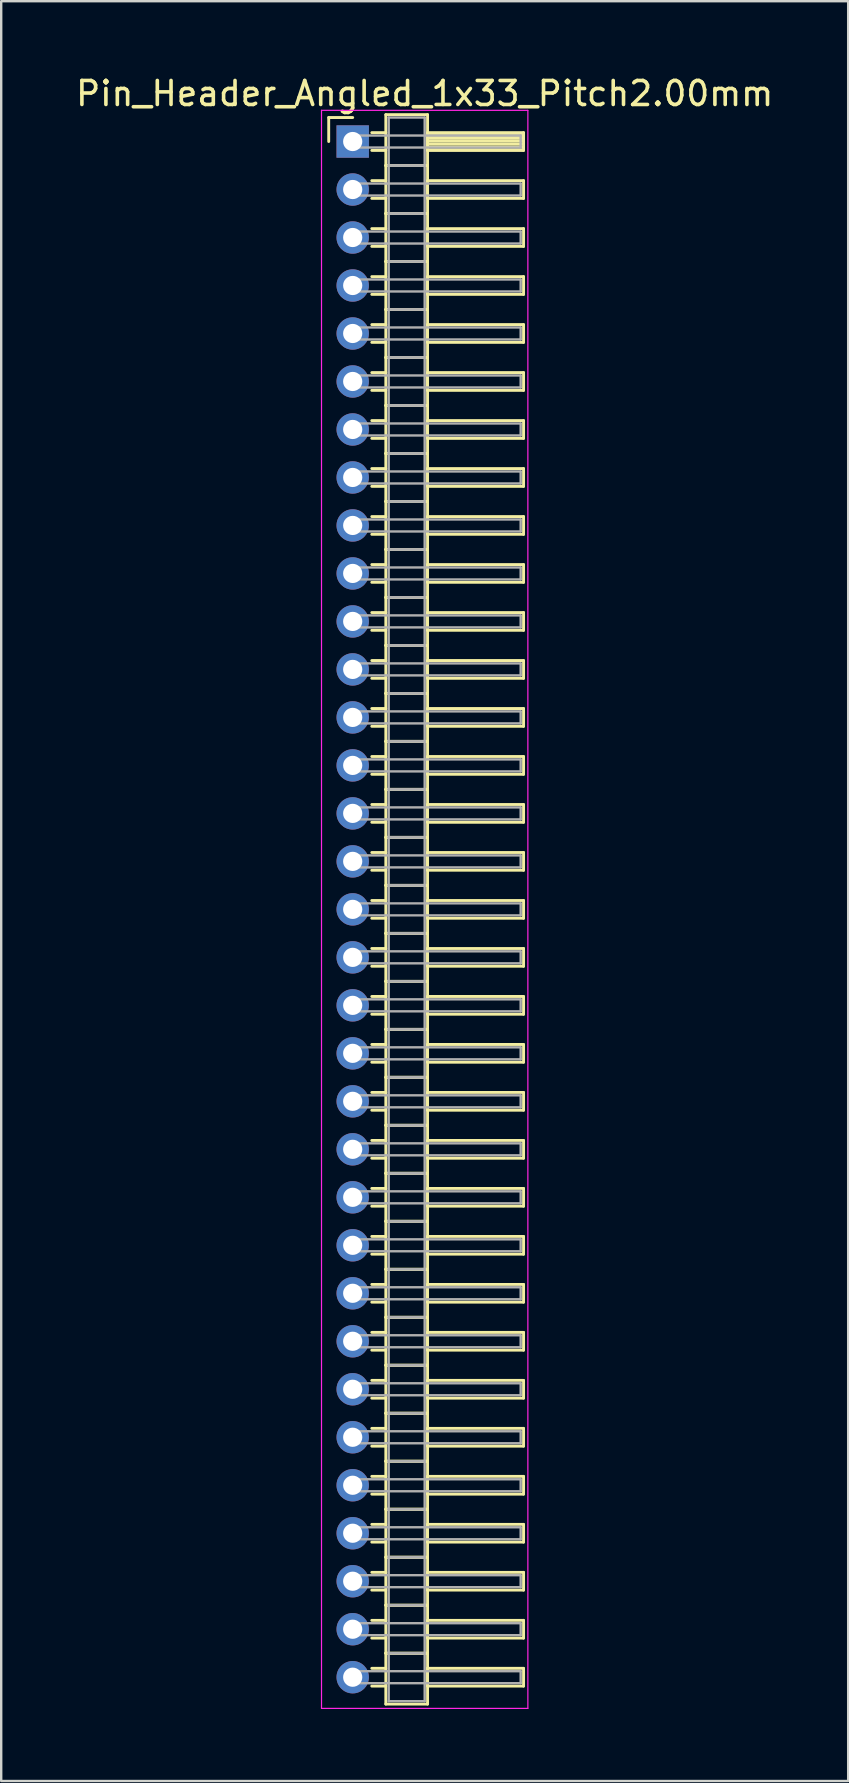
<source format=kicad_pcb>
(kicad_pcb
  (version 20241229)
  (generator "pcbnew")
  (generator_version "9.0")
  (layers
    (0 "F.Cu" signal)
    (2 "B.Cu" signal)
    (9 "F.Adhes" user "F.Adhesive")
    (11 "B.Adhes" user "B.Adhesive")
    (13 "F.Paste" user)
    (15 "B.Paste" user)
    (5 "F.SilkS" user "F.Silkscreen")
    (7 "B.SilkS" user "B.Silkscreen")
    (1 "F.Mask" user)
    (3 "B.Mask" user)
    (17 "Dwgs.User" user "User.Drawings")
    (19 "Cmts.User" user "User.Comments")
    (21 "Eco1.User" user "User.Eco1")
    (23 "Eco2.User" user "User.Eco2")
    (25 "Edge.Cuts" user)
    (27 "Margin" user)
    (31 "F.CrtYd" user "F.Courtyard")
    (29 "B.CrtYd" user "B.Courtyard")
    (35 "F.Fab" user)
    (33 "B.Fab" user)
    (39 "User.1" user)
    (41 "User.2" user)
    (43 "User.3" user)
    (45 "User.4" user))
  (footprint "Pin_Header_Angled_1x33_Pitch2.00mm"
    (layer "F.Cu")
    (at 11.649 2.848)
    (property "Reference" "Pin_Header_Angled_1x33_Pitch2.00mm" (at 3 -2 0) (layer "F.SilkS") (effects (font (size 1 1) (thickness 0.15))))
    (attr through_hole)
    (fp_line (start -1 -1) (end 0 -1) (stroke (width 0.12) (type solid)) (layer "F.SilkS"))
    (fp_line (start -1 0) (end -1 -1) (stroke (width 0.12) (type solid)) (layer "F.SilkS"))
    (fp_line (start 0.795 -0.37) (end 1.38 -0.37) (stroke (width 0.12) (type solid)) (layer "F.SilkS"))
    (fp_line (start 0.795 0.37) (end 1.38 0.37) (stroke (width 0.12) (type solid)) (layer "F.SilkS"))
    (fp_line (start 0.795 1.63) (end 1.38 1.63) (stroke (width 0.12) (type solid)) (layer "F.SilkS"))
    (fp_line (start 0.795 2.37) (end 1.38 2.37) (stroke (width 0.12) (type solid)) (layer "F.SilkS"))
    (fp_line (start 0.795 3.63) (end 1.38 3.63) (stroke (width 0.12) (type solid)) (layer "F.SilkS"))
    (fp_line (start 0.795 4.37) (end 1.38 4.37) (stroke (width 0.12) (type solid)) (layer "F.SilkS"))
    (fp_line (start 0.795 5.63) (end 1.38 5.63) (stroke (width 0.12) (type solid)) (layer "F.SilkS"))
    (fp_line (start 0.795 6.37) (end 1.38 6.37) (stroke (width 0.12) (type solid)) (layer "F.SilkS"))
    (fp_line (start 0.795 7.63) (end 1.38 7.63) (stroke (width 0.12) (type solid)) (layer "F.SilkS"))
    (fp_line (start 0.795 8.37) (end 1.38 8.37) (stroke (width 0.12) (type solid)) (layer "F.SilkS"))
    (fp_line (start 0.795 9.63) (end 1.38 9.63) (stroke (width 0.12) (type solid)) (layer "F.SilkS"))
    (fp_line (start 0.795 10.37) (end 1.38 10.37) (stroke (width 0.12) (type solid)) (layer "F.SilkS"))
    (fp_line (start 0.795 11.63) (end 1.38 11.63) (stroke (width 0.12) (type solid)) (layer "F.SilkS"))
    (fp_line (start 0.795 12.37) (end 1.38 12.37) (stroke (width 0.12) (type solid)) (layer "F.SilkS"))
    (fp_line (start 0.795 13.63) (end 1.38 13.63) (stroke (width 0.12) (type solid)) (layer "F.SilkS"))
    (fp_line (start 0.795 14.37) (end 1.38 14.37) (stroke (width 0.12) (type solid)) (layer "F.SilkS"))
    (fp_line (start 0.795 15.63) (end 1.38 15.63) (stroke (width 0.12) (type solid)) (layer "F.SilkS"))
    (fp_line (start 0.795 16.37) (end 1.38 16.37) (stroke (width 0.12) (type solid)) (layer "F.SilkS"))
    (fp_line (start 0.795 17.63) (end 1.38 17.63) (stroke (width 0.12) (type solid)) (layer "F.SilkS"))
    (fp_line (start 0.795 18.37) (end 1.38 18.37) (stroke (width 0.12) (type solid)) (layer "F.SilkS"))
    (fp_line (start 0.795 19.63) (end 1.38 19.63) (stroke (width 0.12) (type solid)) (layer "F.SilkS"))
    (fp_line (start 0.795 20.37) (end 1.38 20.37) (stroke (width 0.12) (type solid)) (layer "F.SilkS"))
    (fp_line (start 0.795 21.63) (end 1.38 21.63) (stroke (width 0.12) (type solid)) (layer "F.SilkS"))
    (fp_line (start 0.795 22.37) (end 1.38 22.37) (stroke (width 0.12) (type solid)) (layer "F.SilkS"))
    (fp_line (start 0.795 23.63) (end 1.38 23.63) (stroke (width 0.12) (type solid)) (layer "F.SilkS"))
    (fp_line (start 0.795 24.37) (end 1.38 24.37) (stroke (width 0.12) (type solid)) (layer "F.SilkS"))
    (fp_line (start 0.795 25.63) (end 1.38 25.63) (stroke (width 0.12) (type solid)) (layer "F.SilkS"))
    (fp_line (start 0.795 26.37) (end 1.38 26.37) (stroke (width 0.12) (type solid)) (layer "F.SilkS"))
    (fp_line (start 0.795 27.63) (end 1.38 27.63) (stroke (width 0.12) (type solid)) (layer "F.SilkS"))
    (fp_line (start 0.795 28.37) (end 1.38 28.37) (stroke (width 0.12) (type solid)) (layer "F.SilkS"))
    (fp_line (start 0.795 29.63) (end 1.38 29.63) (stroke (width 0.12) (type solid)) (layer "F.SilkS"))
    (fp_line (start 0.795 30.37) (end 1.38 30.37) (stroke (width 0.12) (type solid)) (layer "F.SilkS"))
    (fp_line (start 0.795 31.63) (end 1.38 31.63) (stroke (width 0.12) (type solid)) (layer "F.SilkS"))
    (fp_line (start 0.795 32.37) (end 1.38 32.37) (stroke (width 0.12) (type solid)) (layer "F.SilkS"))
    (fp_line (start 0.795 33.63) (end 1.38 33.63) (stroke (width 0.12) (type solid)) (layer "F.SilkS"))
    (fp_line (start 0.795 34.37) (end 1.38 34.37) (stroke (width 0.12) (type solid)) (layer "F.SilkS"))
    (fp_line (start 0.795 35.63) (end 1.38 35.63) (stroke (width 0.12) (type solid)) (layer "F.SilkS"))
    (fp_line (start 0.795 36.37) (end 1.38 36.37) (stroke (width 0.12) (type solid)) (layer "F.SilkS"))
    (fp_line (start 0.795 37.63) (end 1.38 37.63) (stroke (width 0.12) (type solid)) (layer "F.SilkS"))
    (fp_line (start 0.795 38.37) (end 1.38 38.37) (stroke (width 0.12) (type solid)) (layer "F.SilkS"))
    (fp_line (start 0.795 39.63) (end 1.38 39.63) (stroke (width 0.12) (type solid)) (layer "F.SilkS"))
    (fp_line (start 0.795 40.37) (end 1.38 40.37) (stroke (width 0.12) (type solid)) (layer "F.SilkS"))
    (fp_line (start 0.795 41.63) (end 1.38 41.63) (stroke (width 0.12) (type solid)) (layer "F.SilkS"))
    (fp_line (start 0.795 42.37) (end 1.38 42.37) (stroke (width 0.12) (type solid)) (layer "F.SilkS"))
    (fp_line (start 0.795 43.63) (end 1.38 43.63) (stroke (width 0.12) (type solid)) (layer "F.SilkS"))
    (fp_line (start 0.795 44.37) (end 1.38 44.37) (stroke (width 0.12) (type solid)) (layer "F.SilkS"))
    (fp_line (start 0.795 45.63) (end 1.38 45.63) (stroke (width 0.12) (type solid)) (layer "F.SilkS"))
    (fp_line (start 0.795 46.37) (end 1.38 46.37) (stroke (width 0.12) (type solid)) (layer "F.SilkS"))
    (fp_line (start 0.795 47.63) (end 1.38 47.63) (stroke (width 0.12) (type solid)) (layer "F.SilkS"))
    (fp_line (start 0.795 48.37) (end 1.38 48.37) (stroke (width 0.12) (type solid)) (layer "F.SilkS"))
    (fp_line (start 0.795 49.63) (end 1.38 49.63) (stroke (width 0.12) (type solid)) (layer "F.SilkS"))
    (fp_line (start 0.795 50.37) (end 1.38 50.37) (stroke (width 0.12) (type solid)) (layer "F.SilkS"))
    (fp_line (start 0.795 51.63) (end 1.38 51.63) (stroke (width 0.12) (type solid)) (layer "F.SilkS"))
    (fp_line (start 0.795 52.37) (end 1.38 52.37) (stroke (width 0.12) (type solid)) (layer "F.SilkS"))
    (fp_line (start 0.795 53.63) (end 1.38 53.63) (stroke (width 0.12) (type solid)) (layer "F.SilkS"))
    (fp_line (start 0.795 54.37) (end 1.38 54.37) (stroke (width 0.12) (type solid)) (layer "F.SilkS"))
    (fp_line (start 0.795 55.63) (end 1.38 55.63) (stroke (width 0.12) (type solid)) (layer "F.SilkS"))
    (fp_line (start 0.795 56.37) (end 1.38 56.37) (stroke (width 0.12) (type solid)) (layer "F.SilkS"))
    (fp_line (start 0.795 57.63) (end 1.38 57.63) (stroke (width 0.12) (type solid)) (layer "F.SilkS"))
    (fp_line (start 0.795 58.37) (end 1.38 58.37) (stroke (width 0.12) (type solid)) (layer "F.SilkS"))
    (fp_line (start 0.795 59.63) (end 1.38 59.63) (stroke (width 0.12) (type solid)) (layer "F.SilkS"))
    (fp_line (start 0.795 60.37) (end 1.38 60.37) (stroke (width 0.12) (type solid)) (layer "F.SilkS"))
    (fp_line (start 0.795 61.63) (end 1.38 61.63) (stroke (width 0.12) (type solid)) (layer "F.SilkS"))
    (fp_line (start 0.795 62.37) (end 1.38 62.37) (stroke (width 0.12) (type solid)) (layer "F.SilkS"))
    (fp_line (start 0.795 63.63) (end 1.38 63.63) (stroke (width 0.12) (type solid)) (layer "F.SilkS"))
    (fp_line (start 0.795 64.37) (end 1.38 64.37) (stroke (width 0.12) (type solid)) (layer "F.SilkS"))
    (fp_line (start 1.38 -1.12) (end 1.38 1) (stroke (width 0.12) (type solid)) (layer "F.SilkS"))
    (fp_line (start 1.38 1) (end 1.38 3) (stroke (width 0.12) (type solid)) (layer "F.SilkS"))
    (fp_line (start 1.38 1) (end 3.12 1) (stroke (width 0.12) (type solid)) (layer "F.SilkS"))
    (fp_line (start 1.38 3) (end 1.38 5) (stroke (width 0.12) (type solid)) (layer "F.SilkS"))
    (fp_line (start 1.38 3) (end 3.12 3) (stroke (width 0.12) (type solid)) (layer "F.SilkS"))
    (fp_line (start 1.38 5) (end 1.38 7) (stroke (width 0.12) (type solid)) (layer "F.SilkS"))
    (fp_line (start 1.38 5) (end 3.12 5) (stroke (width 0.12) (type solid)) (layer "F.SilkS"))
    (fp_line (start 1.38 7) (end 1.38 9) (stroke (width 0.12) (type solid)) (layer "F.SilkS"))
    (fp_line (start 1.38 7) (end 3.12 7) (stroke (width 0.12) (type solid)) (layer "F.SilkS"))
    (fp_line (start 1.38 9) (end 1.38 11) (stroke (width 0.12) (type solid)) (layer "F.SilkS"))
    (fp_line (start 1.38 9) (end 3.12 9) (stroke (width 0.12) (type solid)) (layer "F.SilkS"))
    (fp_line (start 1.38 11) (end 1.38 13) (stroke (width 0.12) (type solid)) (layer "F.SilkS"))
    (fp_line (start 1.38 11) (end 3.12 11) (stroke (width 0.12) (type solid)) (layer "F.SilkS"))
    (fp_line (start 1.38 13) (end 1.38 15) (stroke (width 0.12) (type solid)) (layer "F.SilkS"))
    (fp_line (start 1.38 13) (end 3.12 13) (stroke (width 0.12) (type solid)) (layer "F.SilkS"))
    (fp_line (start 1.38 15) (end 1.38 17) (stroke (width 0.12) (type solid)) (layer "F.SilkS"))
    (fp_line (start 1.38 15) (end 3.12 15) (stroke (width 0.12) (type solid)) (layer "F.SilkS"))
    (fp_line (start 1.38 17) (end 1.38 19) (stroke (width 0.12) (type solid)) (layer "F.SilkS"))
    (fp_line (start 1.38 17) (end 3.12 17) (stroke (width 0.12) (type solid)) (layer "F.SilkS"))
    (fp_line (start 1.38 19) (end 1.38 21) (stroke (width 0.12) (type solid)) (layer "F.SilkS"))
    (fp_line (start 1.38 19) (end 3.12 19) (stroke (width 0.12) (type solid)) (layer "F.SilkS"))
    (fp_line (start 1.38 21) (end 1.38 23) (stroke (width 0.12) (type solid)) (layer "F.SilkS"))
    (fp_line (start 1.38 21) (end 3.12 21) (stroke (width 0.12) (type solid)) (layer "F.SilkS"))
    (fp_line (start 1.38 23) (end 1.38 25) (stroke (width 0.12) (type solid)) (layer "F.SilkS"))
    (fp_line (start 1.38 23) (end 3.12 23) (stroke (width 0.12) (type solid)) (layer "F.SilkS"))
    (fp_line (start 1.38 25) (end 1.38 27) (stroke (width 0.12) (type solid)) (layer "F.SilkS"))
    (fp_line (start 1.38 25) (end 3.12 25) (stroke (width 0.12) (type solid)) (layer "F.SilkS"))
    (fp_line (start 1.38 27) (end 1.38 29) (stroke (width 0.12) (type solid)) (layer "F.SilkS"))
    (fp_line (start 1.38 27) (end 3.12 27) (stroke (width 0.12) (type solid)) (layer "F.SilkS"))
    (fp_line (start 1.38 29) (end 1.38 31) (stroke (width 0.12) (type solid)) (layer "F.SilkS"))
    (fp_line (start 1.38 29) (end 3.12 29) (stroke (width 0.12) (type solid)) (layer "F.SilkS"))
    (fp_line (start 1.38 31) (end 1.38 33) (stroke (width 0.12) (type solid)) (layer "F.SilkS"))
    (fp_line (start 1.38 31) (end 3.12 31) (stroke (width 0.12) (type solid)) (layer "F.SilkS"))
    (fp_line (start 1.38 33) (end 1.38 35) (stroke (width 0.12) (type solid)) (layer "F.SilkS"))
    (fp_line (start 1.38 33) (end 3.12 33) (stroke (width 0.12) (type solid)) (layer "F.SilkS"))
    (fp_line (start 1.38 35) (end 1.38 37) (stroke (width 0.12) (type solid)) (layer "F.SilkS"))
    (fp_line (start 1.38 35) (end 3.12 35) (stroke (width 0.12) (type solid)) (layer "F.SilkS"))
    (fp_line (start 1.38 37) (end 1.38 39) (stroke (width 0.12) (type solid)) (layer "F.SilkS"))
    (fp_line (start 1.38 37) (end 3.12 37) (stroke (width 0.12) (type solid)) (layer "F.SilkS"))
    (fp_line (start 1.38 39) (end 1.38 41) (stroke (width 0.12) (type solid)) (layer "F.SilkS"))
    (fp_line (start 1.38 39) (end 3.12 39) (stroke (width 0.12) (type solid)) (layer "F.SilkS"))
    (fp_line (start 1.38 41) (end 1.38 43) (stroke (width 0.12) (type solid)) (layer "F.SilkS"))
    (fp_line (start 1.38 41) (end 3.12 41) (stroke (width 0.12) (type solid)) (layer "F.SilkS"))
    (fp_line (start 1.38 43) (end 1.38 45) (stroke (width 0.12) (type solid)) (layer "F.SilkS"))
    (fp_line (start 1.38 43) (end 3.12 43) (stroke (width 0.12) (type solid)) (layer "F.SilkS"))
    (fp_line (start 1.38 45) (end 1.38 47) (stroke (width 0.12) (type solid)) (layer "F.SilkS"))
    (fp_line (start 1.38 45) (end 3.12 45) (stroke (width 0.12) (type solid)) (layer "F.SilkS"))
    (fp_line (start 1.38 47) (end 1.38 49) (stroke (width 0.12) (type solid)) (layer "F.SilkS"))
    (fp_line (start 1.38 47) (end 3.12 47) (stroke (width 0.12) (type solid)) (layer "F.SilkS"))
    (fp_line (start 1.38 49) (end 1.38 51) (stroke (width 0.12) (type solid)) (layer "F.SilkS"))
    (fp_line (start 1.38 49) (end 3.12 49) (stroke (width 0.12) (type solid)) (layer "F.SilkS"))
    (fp_line (start 1.38 51) (end 1.38 53) (stroke (width 0.12) (type solid)) (layer "F.SilkS"))
    (fp_line (start 1.38 51) (end 3.12 51) (stroke (width 0.12) (type solid)) (layer "F.SilkS"))
    (fp_line (start 1.38 53) (end 1.38 55) (stroke (width 0.12) (type solid)) (layer "F.SilkS"))
    (fp_line (start 1.38 53) (end 3.12 53) (stroke (width 0.12) (type solid)) (layer "F.SilkS"))
    (fp_line (start 1.38 55) (end 1.38 57) (stroke (width 0.12) (type solid)) (layer "F.SilkS"))
    (fp_line (start 1.38 55) (end 3.12 55) (stroke (width 0.12) (type solid)) (layer "F.SilkS"))
    (fp_line (start 1.38 57) (end 1.38 59) (stroke (width 0.12) (type solid)) (layer "F.SilkS"))
    (fp_line (start 1.38 57) (end 3.12 57) (stroke (width 0.12) (type solid)) (layer "F.SilkS"))
    (fp_line (start 1.38 59) (end 1.38 61) (stroke (width 0.12) (type solid)) (layer "F.SilkS"))
    (fp_line (start 1.38 59) (end 3.12 59) (stroke (width 0.12) (type solid)) (layer "F.SilkS"))
    (fp_line (start 1.38 61) (end 1.38 63) (stroke (width 0.12) (type solid)) (layer "F.SilkS"))
    (fp_line (start 1.38 61) (end 3.12 61) (stroke (width 0.12) (type solid)) (layer "F.SilkS"))
    (fp_line (start 1.38 63) (end 1.38 65.12) (stroke (width 0.12) (type solid)) (layer "F.SilkS"))
    (fp_line (start 1.38 63) (end 3.12 63) (stroke (width 0.12) (type solid)) (layer "F.SilkS"))
    (fp_line (start 1.38 65.12) (end 3.12 65.12) (stroke (width 0.12) (type solid)) (layer "F.SilkS"))
    (fp_line (start 3.12 -1.12) (end 1.38 -1.12) (stroke (width 0.12) (type solid)) (layer "F.SilkS"))
    (fp_line (start 3.12 -0.37) (end 3.12 0.37) (stroke (width 0.12) (type solid)) (layer "F.SilkS"))
    (fp_line (start 3.12 -0.25) (end 7.12 -0.25) (stroke (width 0.12) (type solid)) (layer "F.SilkS"))
    (fp_line (start 3.12 -0.13) (end 7.12 -0.13) (stroke (width 0.12) (type solid)) (layer "F.SilkS"))
    (fp_line (start 3.12 -0.01) (end 7.12 -0.01) (stroke (width 0.12) (type solid)) (layer "F.SilkS"))
    (fp_line (start 3.12 0.11) (end 7.12 0.11) (stroke (width 0.12) (type solid)) (layer "F.SilkS"))
    (fp_line (start 3.12 0.23) (end 7.12 0.23) (stroke (width 0.12) (type solid)) (layer "F.SilkS"))
    (fp_line (start 3.12 0.35) (end 7.12 0.35) (stroke (width 0.12) (type solid)) (layer "F.SilkS"))
    (fp_line (start 3.12 0.37) (end 7.12 0.37) (stroke (width 0.12) (type solid)) (layer "F.SilkS"))
    (fp_line (start 3.12 1) (end 1.38 1) (stroke (width 0.12) (type solid)) (layer "F.SilkS"))
    (fp_line (start 3.12 1) (end 3.12 -1.12) (stroke (width 0.12) (type solid)) (layer "F.SilkS"))
    (fp_line (start 3.12 1.63) (end 3.12 2.37) (stroke (width 0.12) (type solid)) (layer "F.SilkS"))
    (fp_line (start 3.12 2.37) (end 7.12 2.37) (stroke (width 0.12) (type solid)) (layer "F.SilkS"))
    (fp_line (start 3.12 3) (end 1.38 3) (stroke (width 0.12) (type solid)) (layer "F.SilkS"))
    (fp_line (start 3.12 3) (end 3.12 1) (stroke (width 0.12) (type solid)) (layer "F.SilkS"))
    (fp_line (start 3.12 3.63) (end 3.12 4.37) (stroke (width 0.12) (type solid)) (layer "F.SilkS"))
    (fp_line (start 3.12 4.37) (end 7.12 4.37) (stroke (width 0.12) (type solid)) (layer "F.SilkS"))
    (fp_line (start 3.12 5) (end 1.38 5) (stroke (width 0.12) (type solid)) (layer "F.SilkS"))
    (fp_line (start 3.12 5) (end 3.12 3) (stroke (width 0.12) (type solid)) (layer "F.SilkS"))
    (fp_line (start 3.12 5.63) (end 3.12 6.37) (stroke (width 0.12) (type solid)) (layer "F.SilkS"))
    (fp_line (start 3.12 6.37) (end 7.12 6.37) (stroke (width 0.12) (type solid)) (layer "F.SilkS"))
    (fp_line (start 3.12 7) (end 1.38 7) (stroke (width 0.12) (type solid)) (layer "F.SilkS"))
    (fp_line (start 3.12 7) (end 3.12 5) (stroke (width 0.12) (type solid)) (layer "F.SilkS"))
    (fp_line (start 3.12 7.63) (end 3.12 8.37) (stroke (width 0.12) (type solid)) (layer "F.SilkS"))
    (fp_line (start 3.12 8.37) (end 7.12 8.37) (stroke (width 0.12) (type solid)) (layer "F.SilkS"))
    (fp_line (start 3.12 9) (end 1.38 9) (stroke (width 0.12) (type solid)) (layer "F.SilkS"))
    (fp_line (start 3.12 9) (end 3.12 7) (stroke (width 0.12) (type solid)) (layer "F.SilkS"))
    (fp_line (start 3.12 9.63) (end 3.12 10.37) (stroke (width 0.12) (type solid)) (layer "F.SilkS"))
    (fp_line (start 3.12 10.37) (end 7.12 10.37) (stroke (width 0.12) (type solid)) (layer "F.SilkS"))
    (fp_line (start 3.12 11) (end 1.38 11) (stroke (width 0.12) (type solid)) (layer "F.SilkS"))
    (fp_line (start 3.12 11) (end 3.12 9) (stroke (width 0.12) (type solid)) (layer "F.SilkS"))
    (fp_line (start 3.12 11.63) (end 3.12 12.37) (stroke (width 0.12) (type solid)) (layer "F.SilkS"))
    (fp_line (start 3.12 12.37) (end 7.12 12.37) (stroke (width 0.12) (type solid)) (layer "F.SilkS"))
    (fp_line (start 3.12 13) (end 1.38 13) (stroke (width 0.12) (type solid)) (layer "F.SilkS"))
    (fp_line (start 3.12 13) (end 3.12 11) (stroke (width 0.12) (type solid)) (layer "F.SilkS"))
    (fp_line (start 3.12 13.63) (end 3.12 14.37) (stroke (width 0.12) (type solid)) (layer "F.SilkS"))
    (fp_line (start 3.12 14.37) (end 7.12 14.37) (stroke (width 0.12) (type solid)) (layer "F.SilkS"))
    (fp_line (start 3.12 15) (end 1.38 15) (stroke (width 0.12) (type solid)) (layer "F.SilkS"))
    (fp_line (start 3.12 15) (end 3.12 13) (stroke (width 0.12) (type solid)) (layer "F.SilkS"))
    (fp_line (start 3.12 15.63) (end 3.12 16.37) (stroke (width 0.12) (type solid)) (layer "F.SilkS"))
    (fp_line (start 3.12 16.37) (end 7.12 16.37) (stroke (width 0.12) (type solid)) (layer "F.SilkS"))
    (fp_line (start 3.12 17) (end 1.38 17) (stroke (width 0.12) (type solid)) (layer "F.SilkS"))
    (fp_line (start 3.12 17) (end 3.12 15) (stroke (width 0.12) (type solid)) (layer "F.SilkS"))
    (fp_line (start 3.12 17.63) (end 3.12 18.37) (stroke (width 0.12) (type solid)) (layer "F.SilkS"))
    (fp_line (start 3.12 18.37) (end 7.12 18.37) (stroke (width 0.12) (type solid)) (layer "F.SilkS"))
    (fp_line (start 3.12 19) (end 1.38 19) (stroke (width 0.12) (type solid)) (layer "F.SilkS"))
    (fp_line (start 3.12 19) (end 3.12 17) (stroke (width 0.12) (type solid)) (layer "F.SilkS"))
    (fp_line (start 3.12 19.63) (end 3.12 20.37) (stroke (width 0.12) (type solid)) (layer "F.SilkS"))
    (fp_line (start 3.12 20.37) (end 7.12 20.37) (stroke (width 0.12) (type solid)) (layer "F.SilkS"))
    (fp_line (start 3.12 21) (end 1.38 21) (stroke (width 0.12) (type solid)) (layer "F.SilkS"))
    (fp_line (start 3.12 21) (end 3.12 19) (stroke (width 0.12) (type solid)) (layer "F.SilkS"))
    (fp_line (start 3.12 21.63) (end 3.12 22.37) (stroke (width 0.12) (type solid)) (layer "F.SilkS"))
    (fp_line (start 3.12 22.37) (end 7.12 22.37) (stroke (width 0.12) (type solid)) (layer "F.SilkS"))
    (fp_line (start 3.12 23) (end 1.38 23) (stroke (width 0.12) (type solid)) (layer "F.SilkS"))
    (fp_line (start 3.12 23) (end 3.12 21) (stroke (width 0.12) (type solid)) (layer "F.SilkS"))
    (fp_line (start 3.12 23.63) (end 3.12 24.37) (stroke (width 0.12) (type solid)) (layer "F.SilkS"))
    (fp_line (start 3.12 24.37) (end 7.12 24.37) (stroke (width 0.12) (type solid)) (layer "F.SilkS"))
    (fp_line (start 3.12 25) (end 1.38 25) (stroke (width 0.12) (type solid)) (layer "F.SilkS"))
    (fp_line (start 3.12 25) (end 3.12 23) (stroke (width 0.12) (type solid)) (layer "F.SilkS"))
    (fp_line (start 3.12 25.63) (end 3.12 26.37) (stroke (width 0.12) (type solid)) (layer "F.SilkS"))
    (fp_line (start 3.12 26.37) (end 7.12 26.37) (stroke (width 0.12) (type solid)) (layer "F.SilkS"))
    (fp_line (start 3.12 27) (end 1.38 27) (stroke (width 0.12) (type solid)) (layer "F.SilkS"))
    (fp_line (start 3.12 27) (end 3.12 25) (stroke (width 0.12) (type solid)) (layer "F.SilkS"))
    (fp_line (start 3.12 27.63) (end 3.12 28.37) (stroke (width 0.12) (type solid)) (layer "F.SilkS"))
    (fp_line (start 3.12 28.37) (end 7.12 28.37) (stroke (width 0.12) (type solid)) (layer "F.SilkS"))
    (fp_line (start 3.12 29) (end 1.38 29) (stroke (width 0.12) (type solid)) (layer "F.SilkS"))
    (fp_line (start 3.12 29) (end 3.12 27) (stroke (width 0.12) (type solid)) (layer "F.SilkS"))
    (fp_line (start 3.12 29.63) (end 3.12 30.37) (stroke (width 0.12) (type solid)) (layer "F.SilkS"))
    (fp_line (start 3.12 30.37) (end 7.12 30.37) (stroke (width 0.12) (type solid)) (layer "F.SilkS"))
    (fp_line (start 3.12 31) (end 1.38 31) (stroke (width 0.12) (type solid)) (layer "F.SilkS"))
    (fp_line (start 3.12 31) (end 3.12 29) (stroke (width 0.12) (type solid)) (layer "F.SilkS"))
    (fp_line (start 3.12 31.63) (end 3.12 32.37) (stroke (width 0.12) (type solid)) (layer "F.SilkS"))
    (fp_line (start 3.12 32.37) (end 7.12 32.37) (stroke (width 0.12) (type solid)) (layer "F.SilkS"))
    (fp_line (start 3.12 33) (end 1.38 33) (stroke (width 0.12) (type solid)) (layer "F.SilkS"))
    (fp_line (start 3.12 33) (end 3.12 31) (stroke (width 0.12) (type solid)) (layer "F.SilkS"))
    (fp_line (start 3.12 33.63) (end 3.12 34.37) (stroke (width 0.12) (type solid)) (layer "F.SilkS"))
    (fp_line (start 3.12 34.37) (end 7.12 34.37) (stroke (width 0.12) (type solid)) (layer "F.SilkS"))
    (fp_line (start 3.12 35) (end 1.38 35) (stroke (width 0.12) (type solid)) (layer "F.SilkS"))
    (fp_line (start 3.12 35) (end 3.12 33) (stroke (width 0.12) (type solid)) (layer "F.SilkS"))
    (fp_line (start 3.12 35.63) (end 3.12 36.37) (stroke (width 0.12) (type solid)) (layer "F.SilkS"))
    (fp_line (start 3.12 36.37) (end 7.12 36.37) (stroke (width 0.12) (type solid)) (layer "F.SilkS"))
    (fp_line (start 3.12 37) (end 1.38 37) (stroke (width 0.12) (type solid)) (layer "F.SilkS"))
    (fp_line (start 3.12 37) (end 3.12 35) (stroke (width 0.12) (type solid)) (layer "F.SilkS"))
    (fp_line (start 3.12 37.63) (end 3.12 38.37) (stroke (width 0.12) (type solid)) (layer "F.SilkS"))
    (fp_line (start 3.12 38.37) (end 7.12 38.37) (stroke (width 0.12) (type solid)) (layer "F.SilkS"))
    (fp_line (start 3.12 39) (end 1.38 39) (stroke (width 0.12) (type solid)) (layer "F.SilkS"))
    (fp_line (start 3.12 39) (end 3.12 37) (stroke (width 0.12) (type solid)) (layer "F.SilkS"))
    (fp_line (start 3.12 39.63) (end 3.12 40.37) (stroke (width 0.12) (type solid)) (layer "F.SilkS"))
    (fp_line (start 3.12 40.37) (end 7.12 40.37) (stroke (width 0.12) (type solid)) (layer "F.SilkS"))
    (fp_line (start 3.12 41) (end 1.38 41) (stroke (width 0.12) (type solid)) (layer "F.SilkS"))
    (fp_line (start 3.12 41) (end 3.12 39) (stroke (width 0.12) (type solid)) (layer "F.SilkS"))
    (fp_line (start 3.12 41.63) (end 3.12 42.37) (stroke (width 0.12) (type solid)) (layer "F.SilkS"))
    (fp_line (start 3.12 42.37) (end 7.12 42.37) (stroke (width 0.12) (type solid)) (layer "F.SilkS"))
    (fp_line (start 3.12 43) (end 1.38 43) (stroke (width 0.12) (type solid)) (layer "F.SilkS"))
    (fp_line (start 3.12 43) (end 3.12 41) (stroke (width 0.12) (type solid)) (layer "F.SilkS"))
    (fp_line (start 3.12 43.63) (end 3.12 44.37) (stroke (width 0.12) (type solid)) (layer "F.SilkS"))
    (fp_line (start 3.12 44.37) (end 7.12 44.37) (stroke (width 0.12) (type solid)) (layer "F.SilkS"))
    (fp_line (start 3.12 45) (end 1.38 45) (stroke (width 0.12) (type solid)) (layer "F.SilkS"))
    (fp_line (start 3.12 45) (end 3.12 43) (stroke (width 0.12) (type solid)) (layer "F.SilkS"))
    (fp_line (start 3.12 45.63) (end 3.12 46.37) (stroke (width 0.12) (type solid)) (layer "F.SilkS"))
    (fp_line (start 3.12 46.37) (end 7.12 46.37) (stroke (width 0.12) (type solid)) (layer "F.SilkS"))
    (fp_line (start 3.12 47) (end 1.38 47) (stroke (width 0.12) (type solid)) (layer "F.SilkS"))
    (fp_line (start 3.12 47) (end 3.12 45) (stroke (width 0.12) (type solid)) (layer "F.SilkS"))
    (fp_line (start 3.12 47.63) (end 3.12 48.37) (stroke (width 0.12) (type solid)) (layer "F.SilkS"))
    (fp_line (start 3.12 48.37) (end 7.12 48.37) (stroke (width 0.12) (type solid)) (layer "F.SilkS"))
    (fp_line (start 3.12 49) (end 1.38 49) (stroke (width 0.12) (type solid)) (layer "F.SilkS"))
    (fp_line (start 3.12 49) (end 3.12 47) (stroke (width 0.12) (type solid)) (layer "F.SilkS"))
    (fp_line (start 3.12 49.63) (end 3.12 50.37) (stroke (width 0.12) (type solid)) (layer "F.SilkS"))
    (fp_line (start 3.12 50.37) (end 7.12 50.37) (stroke (width 0.12) (type solid)) (layer "F.SilkS"))
    (fp_line (start 3.12 51) (end 1.38 51) (stroke (width 0.12) (type solid)) (layer "F.SilkS"))
    (fp_line (start 3.12 51) (end 3.12 49) (stroke (width 0.12) (type solid)) (layer "F.SilkS"))
    (fp_line (start 3.12 51.63) (end 3.12 52.37) (stroke (width 0.12) (type solid)) (layer "F.SilkS"))
    (fp_line (start 3.12 52.37) (end 7.12 52.37) (stroke (width 0.12) (type solid)) (layer "F.SilkS"))
    (fp_line (start 3.12 53) (end 1.38 53) (stroke (width 0.12) (type solid)) (layer "F.SilkS"))
    (fp_line (start 3.12 53) (end 3.12 51) (stroke (width 0.12) (type solid)) (layer "F.SilkS"))
    (fp_line (start 3.12 53.63) (end 3.12 54.37) (stroke (width 0.12) (type solid)) (layer "F.SilkS"))
    (fp_line (start 3.12 54.37) (end 7.12 54.37) (stroke (width 0.12) (type solid)) (layer "F.SilkS"))
    (fp_line (start 3.12 55) (end 1.38 55) (stroke (width 0.12) (type solid)) (layer "F.SilkS"))
    (fp_line (start 3.12 55) (end 3.12 53) (stroke (width 0.12) (type solid)) (layer "F.SilkS"))
    (fp_line (start 3.12 55.63) (end 3.12 56.37) (stroke (width 0.12) (type solid)) (layer "F.SilkS"))
    (fp_line (start 3.12 56.37) (end 7.12 56.37) (stroke (width 0.12) (type solid)) (layer "F.SilkS"))
    (fp_line (start 3.12 57) (end 1.38 57) (stroke (width 0.12) (type solid)) (layer "F.SilkS"))
    (fp_line (start 3.12 57) (end 3.12 55) (stroke (width 0.12) (type solid)) (layer "F.SilkS"))
    (fp_line (start 3.12 57.63) (end 3.12 58.37) (stroke (width 0.12) (type solid)) (layer "F.SilkS"))
    (fp_line (start 3.12 58.37) (end 7.12 58.37) (stroke (width 0.12) (type solid)) (layer "F.SilkS"))
    (fp_line (start 3.12 59) (end 1.38 59) (stroke (width 0.12) (type solid)) (layer "F.SilkS"))
    (fp_line (start 3.12 59) (end 3.12 57) (stroke (width 0.12) (type solid)) (layer "F.SilkS"))
    (fp_line (start 3.12 59.63) (end 3.12 60.37) (stroke (width 0.12) (type solid)) (layer "F.SilkS"))
    (fp_line (start 3.12 60.37) (end 7.12 60.37) (stroke (width 0.12) (type solid)) (layer "F.SilkS"))
    (fp_line (start 3.12 61) (end 1.38 61) (stroke (width 0.12) (type solid)) (layer "F.SilkS"))
    (fp_line (start 3.12 61) (end 3.12 59) (stroke (width 0.12) (type solid)) (layer "F.SilkS"))
    (fp_line (start 3.12 61.63) (end 3.12 62.37) (stroke (width 0.12) (type solid)) (layer "F.SilkS"))
    (fp_line (start 3.12 62.37) (end 7.12 62.37) (stroke (width 0.12) (type solid)) (layer "F.SilkS"))
    (fp_line (start 3.12 63) (end 1.38 63) (stroke (width 0.12) (type solid)) (layer "F.SilkS"))
    (fp_line (start 3.12 63) (end 3.12 61) (stroke (width 0.12) (type solid)) (layer "F.SilkS"))
    (fp_line (start 3.12 63.63) (end 3.12 64.37) (stroke (width 0.12) (type solid)) (layer "F.SilkS"))
    (fp_line (start 3.12 64.37) (end 7.12 64.37) (stroke (width 0.12) (type solid)) (layer "F.SilkS"))
    (fp_line (start 3.12 65.12) (end 3.12 63) (stroke (width 0.12) (type solid)) (layer "F.SilkS"))
    (fp_line (start 7.12 -0.37) (end 3.12 -0.37) (stroke (width 0.12) (type solid)) (layer "F.SilkS"))
    (fp_line (start 7.12 0.37) (end 7.12 -0.37) (stroke (width 0.12) (type solid)) (layer "F.SilkS"))
    (fp_line (start 7.12 1.63) (end 3.12 1.63) (stroke (width 0.12) (type solid)) (layer "F.SilkS"))
    (fp_line (start 7.12 2.37) (end 7.12 1.63) (stroke (width 0.12) (type solid)) (layer "F.SilkS"))
    (fp_line (start 7.12 3.63) (end 3.12 3.63) (stroke (width 0.12) (type solid)) (layer "F.SilkS"))
    (fp_line (start 7.12 4.37) (end 7.12 3.63) (stroke (width 0.12) (type solid)) (layer "F.SilkS"))
    (fp_line (start 7.12 5.63) (end 3.12 5.63) (stroke (width 0.12) (type solid)) (layer "F.SilkS"))
    (fp_line (start 7.12 6.37) (end 7.12 5.63) (stroke (width 0.12) (type solid)) (layer "F.SilkS"))
    (fp_line (start 7.12 7.63) (end 3.12 7.63) (stroke (width 0.12) (type solid)) (layer "F.SilkS"))
    (fp_line (start 7.12 8.37) (end 7.12 7.63) (stroke (width 0.12) (type solid)) (layer "F.SilkS"))
    (fp_line (start 7.12 9.63) (end 3.12 9.63) (stroke (width 0.12) (type solid)) (layer "F.SilkS"))
    (fp_line (start 7.12 10.37) (end 7.12 9.63) (stroke (width 0.12) (type solid)) (layer "F.SilkS"))
    (fp_line (start 7.12 11.63) (end 3.12 11.63) (stroke (width 0.12) (type solid)) (layer "F.SilkS"))
    (fp_line (start 7.12 12.37) (end 7.12 11.63) (stroke (width 0.12) (type solid)) (layer "F.SilkS"))
    (fp_line (start 7.12 13.63) (end 3.12 13.63) (stroke (width 0.12) (type solid)) (layer "F.SilkS"))
    (fp_line (start 7.12 14.37) (end 7.12 13.63) (stroke (width 0.12) (type solid)) (layer "F.SilkS"))
    (fp_line (start 7.12 15.63) (end 3.12 15.63) (stroke (width 0.12) (type solid)) (layer "F.SilkS"))
    (fp_line (start 7.12 16.37) (end 7.12 15.63) (stroke (width 0.12) (type solid)) (layer "F.SilkS"))
    (fp_line (start 7.12 17.63) (end 3.12 17.63) (stroke (width 0.12) (type solid)) (layer "F.SilkS"))
    (fp_line (start 7.12 18.37) (end 7.12 17.63) (stroke (width 0.12) (type solid)) (layer "F.SilkS"))
    (fp_line (start 7.12 19.63) (end 3.12 19.63) (stroke (width 0.12) (type solid)) (layer "F.SilkS"))
    (fp_line (start 7.12 20.37) (end 7.12 19.63) (stroke (width 0.12) (type solid)) (layer "F.SilkS"))
    (fp_line (start 7.12 21.63) (end 3.12 21.63) (stroke (width 0.12) (type solid)) (layer "F.SilkS"))
    (fp_line (start 7.12 22.37) (end 7.12 21.63) (stroke (width 0.12) (type solid)) (layer "F.SilkS"))
    (fp_line (start 7.12 23.63) (end 3.12 23.63) (stroke (width 0.12) (type solid)) (layer "F.SilkS"))
    (fp_line (start 7.12 24.37) (end 7.12 23.63) (stroke (width 0.12) (type solid)) (layer "F.SilkS"))
    (fp_line (start 7.12 25.63) (end 3.12 25.63) (stroke (width 0.12) (type solid)) (layer "F.SilkS"))
    (fp_line (start 7.12 26.37) (end 7.12 25.63) (stroke (width 0.12) (type solid)) (layer "F.SilkS"))
    (fp_line (start 7.12 27.63) (end 3.12 27.63) (stroke (width 0.12) (type solid)) (layer "F.SilkS"))
    (fp_line (start 7.12 28.37) (end 7.12 27.63) (stroke (width 0.12) (type solid)) (layer "F.SilkS"))
    (fp_line (start 7.12 29.63) (end 3.12 29.63) (stroke (width 0.12) (type solid)) (layer "F.SilkS"))
    (fp_line (start 7.12 30.37) (end 7.12 29.63) (stroke (width 0.12) (type solid)) (layer "F.SilkS"))
    (fp_line (start 7.12 31.63) (end 3.12 31.63) (stroke (width 0.12) (type solid)) (layer "F.SilkS"))
    (fp_line (start 7.12 32.37) (end 7.12 31.63) (stroke (width 0.12) (type solid)) (layer "F.SilkS"))
    (fp_line (start 7.12 33.63) (end 3.12 33.63) (stroke (width 0.12) (type solid)) (layer "F.SilkS"))
    (fp_line (start 7.12 34.37) (end 7.12 33.63) (stroke (width 0.12) (type solid)) (layer "F.SilkS"))
    (fp_line (start 7.12 35.63) (end 3.12 35.63) (stroke (width 0.12) (type solid)) (layer "F.SilkS"))
    (fp_line (start 7.12 36.37) (end 7.12 35.63) (stroke (width 0.12) (type solid)) (layer "F.SilkS"))
    (fp_line (start 7.12 37.63) (end 3.12 37.63) (stroke (width 0.12) (type solid)) (layer "F.SilkS"))
    (fp_line (start 7.12 38.37) (end 7.12 37.63) (stroke (width 0.12) (type solid)) (layer "F.SilkS"))
    (fp_line (start 7.12 39.63) (end 3.12 39.63) (stroke (width 0.12) (type solid)) (layer "F.SilkS"))
    (fp_line (start 7.12 40.37) (end 7.12 39.63) (stroke (width 0.12) (type solid)) (layer "F.SilkS"))
    (fp_line (start 7.12 41.63) (end 3.12 41.63) (stroke (width 0.12) (type solid)) (layer "F.SilkS"))
    (fp_line (start 7.12 42.37) (end 7.12 41.63) (stroke (width 0.12) (type solid)) (layer "F.SilkS"))
    (fp_line (start 7.12 43.63) (end 3.12 43.63) (stroke (width 0.12) (type solid)) (layer "F.SilkS"))
    (fp_line (start 7.12 44.37) (end 7.12 43.63) (stroke (width 0.12) (type solid)) (layer "F.SilkS"))
    (fp_line (start 7.12 45.63) (end 3.12 45.63) (stroke (width 0.12) (type solid)) (layer "F.SilkS"))
    (fp_line (start 7.12 46.37) (end 7.12 45.63) (stroke (width 0.12) (type solid)) (layer "F.SilkS"))
    (fp_line (start 7.12 47.63) (end 3.12 47.63) (stroke (width 0.12) (type solid)) (layer "F.SilkS"))
    (fp_line (start 7.12 48.37) (end 7.12 47.63) (stroke (width 0.12) (type solid)) (layer "F.SilkS"))
    (fp_line (start 7.12 49.63) (end 3.12 49.63) (stroke (width 0.12) (type solid)) (layer "F.SilkS"))
    (fp_line (start 7.12 50.37) (end 7.12 49.63) (stroke (width 0.12) (type solid)) (layer "F.SilkS"))
    (fp_line (start 7.12 51.63) (end 3.12 51.63) (stroke (width 0.12) (type solid)) (layer "F.SilkS"))
    (fp_line (start 7.12 52.37) (end 7.12 51.63) (stroke (width 0.12) (type solid)) (layer "F.SilkS"))
    (fp_line (start 7.12 53.63) (end 3.12 53.63) (stroke (width 0.12) (type solid)) (layer "F.SilkS"))
    (fp_line (start 7.12 54.37) (end 7.12 53.63) (stroke (width 0.12) (type solid)) (layer "F.SilkS"))
    (fp_line (start 7.12 55.63) (end 3.12 55.63) (stroke (width 0.12) (type solid)) (layer "F.SilkS"))
    (fp_line (start 7.12 56.37) (end 7.12 55.63) (stroke (width 0.12) (type solid)) (layer "F.SilkS"))
    (fp_line (start 7.12 57.63) (end 3.12 57.63) (stroke (width 0.12) (type solid)) (layer "F.SilkS"))
    (fp_line (start 7.12 58.37) (end 7.12 57.63) (stroke (width 0.12) (type solid)) (layer "F.SilkS"))
    (fp_line (start 7.12 59.63) (end 3.12 59.63) (stroke (width 0.12) (type solid)) (layer "F.SilkS"))
    (fp_line (start 7.12 60.37) (end 7.12 59.63) (stroke (width 0.12) (type solid)) (layer "F.SilkS"))
    (fp_line (start 7.12 61.63) (end 3.12 61.63) (stroke (width 0.12) (type solid)) (layer "F.SilkS"))
    (fp_line (start 7.12 62.37) (end 7.12 61.63) (stroke (width 0.12) (type solid)) (layer "F.SilkS"))
    (fp_line (start 7.12 63.63) (end 3.12 63.63) (stroke (width 0.12) (type solid)) (layer "F.SilkS"))
    (fp_line (start 7.12 64.37) (end 7.12 63.63) (stroke (width 0.12) (type solid)) (layer "F.SilkS"))
    (fp_line (start -1.3 -1.3) (end -1.3 65.3) (stroke (width 0.05) (type solid)) (layer "F.CrtYd"))
    (fp_line (start -1.3 65.3) (end 7.3 65.3) (stroke (width 0.05) (type solid)) (layer "F.CrtYd"))
    (fp_line (start 7.3 -1.3) (end -1.3 -1.3) (stroke (width 0.05) (type solid)) (layer "F.CrtYd"))
    (fp_line (start 7.3 65.3) (end 7.3 -1.3) (stroke (width 0.05) (type solid)) (layer "F.CrtYd"))
    (fp_line (start 0 -0.25) (end 0 0.25) (stroke (width 0.1) (type solid)) (layer "F.Fab"))
    (fp_line (start 0 0.25) (end 7 0.25) (stroke (width 0.1) (type solid)) (layer "F.Fab"))
    (fp_line (start 0 1.75) (end 0 2.25) (stroke (width 0.1) (type solid)) (layer "F.Fab"))
    (fp_line (start 0 2.25) (end 7 2.25) (stroke (width 0.1) (type solid)) (layer "F.Fab"))
    (fp_line (start 0 3.75) (end 0 4.25) (stroke (width 0.1) (type solid)) (layer "F.Fab"))
    (fp_line (start 0 4.25) (end 7 4.25) (stroke (width 0.1) (type solid)) (layer "F.Fab"))
    (fp_line (start 0 5.75) (end 0 6.25) (stroke (width 0.1) (type solid)) (layer "F.Fab"))
    (fp_line (start 0 6.25) (end 7 6.25) (stroke (width 0.1) (type solid)) (layer "F.Fab"))
    (fp_line (start 0 7.75) (end 0 8.25) (stroke (width 0.1) (type solid)) (layer "F.Fab"))
    (fp_line (start 0 8.25) (end 7 8.25) (stroke (width 0.1) (type solid)) (layer "F.Fab"))
    (fp_line (start 0 9.75) (end 0 10.25) (stroke (width 0.1) (type solid)) (layer "F.Fab"))
    (fp_line (start 0 10.25) (end 7 10.25) (stroke (width 0.1) (type solid)) (layer "F.Fab"))
    (fp_line (start 0 11.75) (end 0 12.25) (stroke (width 0.1) (type solid)) (layer "F.Fab"))
    (fp_line (start 0 12.25) (end 7 12.25) (stroke (width 0.1) (type solid)) (layer "F.Fab"))
    (fp_line (start 0 13.75) (end 0 14.25) (stroke (width 0.1) (type solid)) (layer "F.Fab"))
    (fp_line (start 0 14.25) (end 7 14.25) (stroke (width 0.1) (type solid)) (layer "F.Fab"))
    (fp_line (start 0 15.75) (end 0 16.25) (stroke (width 0.1) (type solid)) (layer "F.Fab"))
    (fp_line (start 0 16.25) (end 7 16.25) (stroke (width 0.1) (type solid)) (layer "F.Fab"))
    (fp_line (start 0 17.75) (end 0 18.25) (stroke (width 0.1) (type solid)) (layer "F.Fab"))
    (fp_line (start 0 18.25) (end 7 18.25) (stroke (width 0.1) (type solid)) (layer "F.Fab"))
    (fp_line (start 0 19.75) (end 0 20.25) (stroke (width 0.1) (type solid)) (layer "F.Fab"))
    (fp_line (start 0 20.25) (end 7 20.25) (stroke (width 0.1) (type solid)) (layer "F.Fab"))
    (fp_line (start 0 21.75) (end 0 22.25) (stroke (width 0.1) (type solid)) (layer "F.Fab"))
    (fp_line (start 0 22.25) (end 7 22.25) (stroke (width 0.1) (type solid)) (layer "F.Fab"))
    (fp_line (start 0 23.75) (end 0 24.25) (stroke (width 0.1) (type solid)) (layer "F.Fab"))
    (fp_line (start 0 24.25) (end 7 24.25) (stroke (width 0.1) (type solid)) (layer "F.Fab"))
    (fp_line (start 0 25.75) (end 0 26.25) (stroke (width 0.1) (type solid)) (layer "F.Fab"))
    (fp_line (start 0 26.25) (end 7 26.25) (stroke (width 0.1) (type solid)) (layer "F.Fab"))
    (fp_line (start 0 27.75) (end 0 28.25) (stroke (width 0.1) (type solid)) (layer "F.Fab"))
    (fp_line (start 0 28.25) (end 7 28.25) (stroke (width 0.1) (type solid)) (layer "F.Fab"))
    (fp_line (start 0 29.75) (end 0 30.25) (stroke (width 0.1) (type solid)) (layer "F.Fab"))
    (fp_line (start 0 30.25) (end 7 30.25) (stroke (width 0.1) (type solid)) (layer "F.Fab"))
    (fp_line (start 0 31.75) (end 0 32.25) (stroke (width 0.1) (type solid)) (layer "F.Fab"))
    (fp_line (start 0 32.25) (end 7 32.25) (stroke (width 0.1) (type solid)) (layer "F.Fab"))
    (fp_line (start 0 33.75) (end 0 34.25) (stroke (width 0.1) (type solid)) (layer "F.Fab"))
    (fp_line (start 0 34.25) (end 7 34.25) (stroke (width 0.1) (type solid)) (layer "F.Fab"))
    (fp_line (start 0 35.75) (end 0 36.25) (stroke (width 0.1) (type solid)) (layer "F.Fab"))
    (fp_line (start 0 36.25) (end 7 36.25) (stroke (width 0.1) (type solid)) (layer "F.Fab"))
    (fp_line (start 0 37.75) (end 0 38.25) (stroke (width 0.1) (type solid)) (layer "F.Fab"))
    (fp_line (start 0 38.25) (end 7 38.25) (stroke (width 0.1) (type solid)) (layer "F.Fab"))
    (fp_line (start 0 39.75) (end 0 40.25) (stroke (width 0.1) (type solid)) (layer "F.Fab"))
    (fp_line (start 0 40.25) (end 7 40.25) (stroke (width 0.1) (type solid)) (layer "F.Fab"))
    (fp_line (start 0 41.75) (end 0 42.25) (stroke (width 0.1) (type solid)) (layer "F.Fab"))
    (fp_line (start 0 42.25) (end 7 42.25) (stroke (width 0.1) (type solid)) (layer "F.Fab"))
    (fp_line (start 0 43.75) (end 0 44.25) (stroke (width 0.1) (type solid)) (layer "F.Fab"))
    (fp_line (start 0 44.25) (end 7 44.25) (stroke (width 0.1) (type solid)) (layer "F.Fab"))
    (fp_line (start 0 45.75) (end 0 46.25) (stroke (width 0.1) (type solid)) (layer "F.Fab"))
    (fp_line (start 0 46.25) (end 7 46.25) (stroke (width 0.1) (type solid)) (layer "F.Fab"))
    (fp_line (start 0 47.75) (end 0 48.25) (stroke (width 0.1) (type solid)) (layer "F.Fab"))
    (fp_line (start 0 48.25) (end 7 48.25) (stroke (width 0.1) (type solid)) (layer "F.Fab"))
    (fp_line (start 0 49.75) (end 0 50.25) (stroke (width 0.1) (type solid)) (layer "F.Fab"))
    (fp_line (start 0 50.25) (end 7 50.25) (stroke (width 0.1) (type solid)) (layer "F.Fab"))
    (fp_line (start 0 51.75) (end 0 52.25) (stroke (width 0.1) (type solid)) (layer "F.Fab"))
    (fp_line (start 0 52.25) (end 7 52.25) (stroke (width 0.1) (type solid)) (layer "F.Fab"))
    (fp_line (start 0 53.75) (end 0 54.25) (stroke (width 0.1) (type solid)) (layer "F.Fab"))
    (fp_line (start 0 54.25) (end 7 54.25) (stroke (width 0.1) (type solid)) (layer "F.Fab"))
    (fp_line (start 0 55.75) (end 0 56.25) (stroke (width 0.1) (type solid)) (layer "F.Fab"))
    (fp_line (start 0 56.25) (end 7 56.25) (stroke (width 0.1) (type solid)) (layer "F.Fab"))
    (fp_line (start 0 57.75) (end 0 58.25) (stroke (width 0.1) (type solid)) (layer "F.Fab"))
    (fp_line (start 0 58.25) (end 7 58.25) (stroke (width 0.1) (type solid)) (layer "F.Fab"))
    (fp_line (start 0 59.75) (end 0 60.25) (stroke (width 0.1) (type solid)) (layer "F.Fab"))
    (fp_line (start 0 60.25) (end 7 60.25) (stroke (width 0.1) (type solid)) (layer "F.Fab"))
    (fp_line (start 0 61.75) (end 0 62.25) (stroke (width 0.1) (type solid)) (layer "F.Fab"))
    (fp_line (start 0 62.25) (end 7 62.25) (stroke (width 0.1) (type solid)) (layer "F.Fab"))
    (fp_line (start 0 63.75) (end 0 64.25) (stroke (width 0.1) (type solid)) (layer "F.Fab"))
    (fp_line (start 0 64.25) (end 7 64.25) (stroke (width 0.1) (type solid)) (layer "F.Fab"))
    (fp_line (start 1.5 -1) (end 1.5 1) (stroke (width 0.1) (type solid)) (layer "F.Fab"))
    (fp_line (start 1.5 1) (end 1.5 3) (stroke (width 0.1) (type solid)) (layer "F.Fab"))
    (fp_line (start 1.5 1) (end 3 1) (stroke (width 0.1) (type solid)) (layer "F.Fab"))
    (fp_line (start 1.5 3) (end 1.5 5) (stroke (width 0.1) (type solid)) (layer "F.Fab"))
    (fp_line (start 1.5 3) (end 3 3) (stroke (width 0.1) (type solid)) (layer "F.Fab"))
    (fp_line (start 1.5 5) (end 1.5 7) (stroke (width 0.1) (type solid)) (layer "F.Fab"))
    (fp_line (start 1.5 5) (end 3 5) (stroke (width 0.1) (type solid)) (layer "F.Fab"))
    (fp_line (start 1.5 7) (end 1.5 9) (stroke (width 0.1) (type solid)) (layer "F.Fab"))
    (fp_line (start 1.5 7) (end 3 7) (stroke (width 0.1) (type solid)) (layer "F.Fab"))
    (fp_line (start 1.5 9) (end 1.5 11) (stroke (width 0.1) (type solid)) (layer "F.Fab"))
    (fp_line (start 1.5 9) (end 3 9) (stroke (width 0.1) (type solid)) (layer "F.Fab"))
    (fp_line (start 1.5 11) (end 1.5 13) (stroke (width 0.1) (type solid)) (layer "F.Fab"))
    (fp_line (start 1.5 11) (end 3 11) (stroke (width 0.1) (type solid)) (layer "F.Fab"))
    (fp_line (start 1.5 13) (end 1.5 15) (stroke (width 0.1) (type solid)) (layer "F.Fab"))
    (fp_line (start 1.5 13) (end 3 13) (stroke (width 0.1) (type solid)) (layer "F.Fab"))
    (fp_line (start 1.5 15) (end 1.5 17) (stroke (width 0.1) (type solid)) (layer "F.Fab"))
    (fp_line (start 1.5 15) (end 3 15) (stroke (width 0.1) (type solid)) (layer "F.Fab"))
    (fp_line (start 1.5 17) (end 1.5 19) (stroke (width 0.1) (type solid)) (layer "F.Fab"))
    (fp_line (start 1.5 17) (end 3 17) (stroke (width 0.1) (type solid)) (layer "F.Fab"))
    (fp_line (start 1.5 19) (end 1.5 21) (stroke (width 0.1) (type solid)) (layer "F.Fab"))
    (fp_line (start 1.5 19) (end 3 19) (stroke (width 0.1) (type solid)) (layer "F.Fab"))
    (fp_line (start 1.5 21) (end 1.5 23) (stroke (width 0.1) (type solid)) (layer "F.Fab"))
    (fp_line (start 1.5 21) (end 3 21) (stroke (width 0.1) (type solid)) (layer "F.Fab"))
    (fp_line (start 1.5 23) (end 1.5 25) (stroke (width 0.1) (type solid)) (layer "F.Fab"))
    (fp_line (start 1.5 23) (end 3 23) (stroke (width 0.1) (type solid)) (layer "F.Fab"))
    (fp_line (start 1.5 25) (end 1.5 27) (stroke (width 0.1) (type solid)) (layer "F.Fab"))
    (fp_line (start 1.5 25) (end 3 25) (stroke (width 0.1) (type solid)) (layer "F.Fab"))
    (fp_line (start 1.5 27) (end 1.5 29) (stroke (width 0.1) (type solid)) (layer "F.Fab"))
    (fp_line (start 1.5 27) (end 3 27) (stroke (width 0.1) (type solid)) (layer "F.Fab"))
    (fp_line (start 1.5 29) (end 1.5 31) (stroke (width 0.1) (type solid)) (layer "F.Fab"))
    (fp_line (start 1.5 29) (end 3 29) (stroke (width 0.1) (type solid)) (layer "F.Fab"))
    (fp_line (start 1.5 31) (end 1.5 33) (stroke (width 0.1) (type solid)) (layer "F.Fab"))
    (fp_line (start 1.5 31) (end 3 31) (stroke (width 0.1) (type solid)) (layer "F.Fab"))
    (fp_line (start 1.5 33) (end 1.5 35) (stroke (width 0.1) (type solid)) (layer "F.Fab"))
    (fp_line (start 1.5 33) (end 3 33) (stroke (width 0.1) (type solid)) (layer "F.Fab"))
    (fp_line (start 1.5 35) (end 1.5 37) (stroke (width 0.1) (type solid)) (layer "F.Fab"))
    (fp_line (start 1.5 35) (end 3 35) (stroke (width 0.1) (type solid)) (layer "F.Fab"))
    (fp_line (start 1.5 37) (end 1.5 39) (stroke (width 0.1) (type solid)) (layer "F.Fab"))
    (fp_line (start 1.5 37) (end 3 37) (stroke (width 0.1) (type solid)) (layer "F.Fab"))
    (fp_line (start 1.5 39) (end 1.5 41) (stroke (width 0.1) (type solid)) (layer "F.Fab"))
    (fp_line (start 1.5 39) (end 3 39) (stroke (width 0.1) (type solid)) (layer "F.Fab"))
    (fp_line (start 1.5 41) (end 1.5 43) (stroke (width 0.1) (type solid)) (layer "F.Fab"))
    (fp_line (start 1.5 41) (end 3 41) (stroke (width 0.1) (type solid)) (layer "F.Fab"))
    (fp_line (start 1.5 43) (end 1.5 45) (stroke (width 0.1) (type solid)) (layer "F.Fab"))
    (fp_line (start 1.5 43) (end 3 43) (stroke (width 0.1) (type solid)) (layer "F.Fab"))
    (fp_line (start 1.5 45) (end 1.5 47) (stroke (width 0.1) (type solid)) (layer "F.Fab"))
    (fp_line (start 1.5 45) (end 3 45) (stroke (width 0.1) (type solid)) (layer "F.Fab"))
    (fp_line (start 1.5 47) (end 1.5 49) (stroke (width 0.1) (type solid)) (layer "F.Fab"))
    (fp_line (start 1.5 47) (end 3 47) (stroke (width 0.1) (type solid)) (layer "F.Fab"))
    (fp_line (start 1.5 49) (end 1.5 51) (stroke (width 0.1) (type solid)) (layer "F.Fab"))
    (fp_line (start 1.5 49) (end 3 49) (stroke (width 0.1) (type solid)) (layer "F.Fab"))
    (fp_line (start 1.5 51) (end 1.5 53) (stroke (width 0.1) (type solid)) (layer "F.Fab"))
    (fp_line (start 1.5 51) (end 3 51) (stroke (width 0.1) (type solid)) (layer "F.Fab"))
    (fp_line (start 1.5 53) (end 1.5 55) (stroke (width 0.1) (type solid)) (layer "F.Fab"))
    (fp_line (start 1.5 53) (end 3 53) (stroke (width 0.1) (type solid)) (layer "F.Fab"))
    (fp_line (start 1.5 55) (end 1.5 57) (stroke (width 0.1) (type solid)) (layer "F.Fab"))
    (fp_line (start 1.5 55) (end 3 55) (stroke (width 0.1) (type solid)) (layer "F.Fab"))
    (fp_line (start 1.5 57) (end 1.5 59) (stroke (width 0.1) (type solid)) (layer "F.Fab"))
    (fp_line (start 1.5 57) (end 3 57) (stroke (width 0.1) (type solid)) (layer "F.Fab"))
    (fp_line (start 1.5 59) (end 1.5 61) (stroke (width 0.1) (type solid)) (layer "F.Fab"))
    (fp_line (start 1.5 59) (end 3 59) (stroke (width 0.1) (type solid)) (layer "F.Fab"))
    (fp_line (start 1.5 61) (end 1.5 63) (stroke (width 0.1) (type solid)) (layer "F.Fab"))
    (fp_line (start 1.5 61) (end 3 61) (stroke (width 0.1) (type solid)) (layer "F.Fab"))
    (fp_line (start 1.5 63) (end 1.5 65) (stroke (width 0.1) (type solid)) (layer "F.Fab"))
    (fp_line (start 1.5 63) (end 3 63) (stroke (width 0.1) (type solid)) (layer "F.Fab"))
    (fp_line (start 1.5 65) (end 3 65) (stroke (width 0.1) (type solid)) (layer "F.Fab"))
    (fp_line (start 3 -1) (end 1.5 -1) (stroke (width 0.1) (type solid)) (layer "F.Fab"))
    (fp_line (start 3 1) (end 1.5 1) (stroke (width 0.1) (type solid)) (layer "F.Fab"))
    (fp_line (start 3 1) (end 3 -1) (stroke (width 0.1) (type solid)) (layer "F.Fab"))
    (fp_line (start 3 3) (end 1.5 3) (stroke (width 0.1) (type solid)) (layer "F.Fab"))
    (fp_line (start 3 3) (end 3 1) (stroke (width 0.1) (type solid)) (layer "F.Fab"))
    (fp_line (start 3 5) (end 1.5 5) (stroke (width 0.1) (type solid)) (layer "F.Fab"))
    (fp_line (start 3 5) (end 3 3) (stroke (width 0.1) (type solid)) (layer "F.Fab"))
    (fp_line (start 3 7) (end 1.5 7) (stroke (width 0.1) (type solid)) (layer "F.Fab"))
    (fp_line (start 3 7) (end 3 5) (stroke (width 0.1) (type solid)) (layer "F.Fab"))
    (fp_line (start 3 9) (end 1.5 9) (stroke (width 0.1) (type solid)) (layer "F.Fab"))
    (fp_line (start 3 9) (end 3 7) (stroke (width 0.1) (type solid)) (layer "F.Fab"))
    (fp_line (start 3 11) (end 1.5 11) (stroke (width 0.1) (type solid)) (layer "F.Fab"))
    (fp_line (start 3 11) (end 3 9) (stroke (width 0.1) (type solid)) (layer "F.Fab"))
    (fp_line (start 3 13) (end 1.5 13) (stroke (width 0.1) (type solid)) (layer "F.Fab"))
    (fp_line (start 3 13) (end 3 11) (stroke (width 0.1) (type solid)) (layer "F.Fab"))
    (fp_line (start 3 15) (end 1.5 15) (stroke (width 0.1) (type solid)) (layer "F.Fab"))
    (fp_line (start 3 15) (end 3 13) (stroke (width 0.1) (type solid)) (layer "F.Fab"))
    (fp_line (start 3 17) (end 1.5 17) (stroke (width 0.1) (type solid)) (layer "F.Fab"))
    (fp_line (start 3 17) (end 3 15) (stroke (width 0.1) (type solid)) (layer "F.Fab"))
    (fp_line (start 3 19) (end 1.5 19) (stroke (width 0.1) (type solid)) (layer "F.Fab"))
    (fp_line (start 3 19) (end 3 17) (stroke (width 0.1) (type solid)) (layer "F.Fab"))
    (fp_line (start 3 21) (end 1.5 21) (stroke (width 0.1) (type solid)) (layer "F.Fab"))
    (fp_line (start 3 21) (end 3 19) (stroke (width 0.1) (type solid)) (layer "F.Fab"))
    (fp_line (start 3 23) (end 1.5 23) (stroke (width 0.1) (type solid)) (layer "F.Fab"))
    (fp_line (start 3 23) (end 3 21) (stroke (width 0.1) (type solid)) (layer "F.Fab"))
    (fp_line (start 3 25) (end 1.5 25) (stroke (width 0.1) (type solid)) (layer "F.Fab"))
    (fp_line (start 3 25) (end 3 23) (stroke (width 0.1) (type solid)) (layer "F.Fab"))
    (fp_line (start 3 27) (end 1.5 27) (stroke (width 0.1) (type solid)) (layer "F.Fab"))
    (fp_line (start 3 27) (end 3 25) (stroke (width 0.1) (type solid)) (layer "F.Fab"))
    (fp_line (start 3 29) (end 1.5 29) (stroke (width 0.1) (type solid)) (layer "F.Fab"))
    (fp_line (start 3 29) (end 3 27) (stroke (width 0.1) (type solid)) (layer "F.Fab"))
    (fp_line (start 3 31) (end 1.5 31) (stroke (width 0.1) (type solid)) (layer "F.Fab"))
    (fp_line (start 3 31) (end 3 29) (stroke (width 0.1) (type solid)) (layer "F.Fab"))
    (fp_line (start 3 33) (end 1.5 33) (stroke (width 0.1) (type solid)) (layer "F.Fab"))
    (fp_line (start 3 33) (end 3 31) (stroke (width 0.1) (type solid)) (layer "F.Fab"))
    (fp_line (start 3 35) (end 1.5 35) (stroke (width 0.1) (type solid)) (layer "F.Fab"))
    (fp_line (start 3 35) (end 3 33) (stroke (width 0.1) (type solid)) (layer "F.Fab"))
    (fp_line (start 3 37) (end 1.5 37) (stroke (width 0.1) (type solid)) (layer "F.Fab"))
    (fp_line (start 3 37) (end 3 35) (stroke (width 0.1) (type solid)) (layer "F.Fab"))
    (fp_line (start 3 39) (end 1.5 39) (stroke (width 0.1) (type solid)) (layer "F.Fab"))
    (fp_line (start 3 39) (end 3 37) (stroke (width 0.1) (type solid)) (layer "F.Fab"))
    (fp_line (start 3 41) (end 1.5 41) (stroke (width 0.1) (type solid)) (layer "F.Fab"))
    (fp_line (start 3 41) (end 3 39) (stroke (width 0.1) (type solid)) (layer "F.Fab"))
    (fp_line (start 3 43) (end 1.5 43) (stroke (width 0.1) (type solid)) (layer "F.Fab"))
    (fp_line (start 3 43) (end 3 41) (stroke (width 0.1) (type solid)) (layer "F.Fab"))
    (fp_line (start 3 45) (end 1.5 45) (stroke (width 0.1) (type solid)) (layer "F.Fab"))
    (fp_line (start 3 45) (end 3 43) (stroke (width 0.1) (type solid)) (layer "F.Fab"))
    (fp_line (start 3 47) (end 1.5 47) (stroke (width 0.1) (type solid)) (layer "F.Fab"))
    (fp_line (start 3 47) (end 3 45) (stroke (width 0.1) (type solid)) (layer "F.Fab"))
    (fp_line (start 3 49) (end 1.5 49) (stroke (width 0.1) (type solid)) (layer "F.Fab"))
    (fp_line (start 3 49) (end 3 47) (stroke (width 0.1) (type solid)) (layer "F.Fab"))
    (fp_line (start 3 51) (end 1.5 51) (stroke (width 0.1) (type solid)) (layer "F.Fab"))
    (fp_line (start 3 51) (end 3 49) (stroke (width 0.1) (type solid)) (layer "F.Fab"))
    (fp_line (start 3 53) (end 1.5 53) (stroke (width 0.1) (type solid)) (layer "F.Fab"))
    (fp_line (start 3 53) (end 3 51) (stroke (width 0.1) (type solid)) (layer "F.Fab"))
    (fp_line (start 3 55) (end 1.5 55) (stroke (width 0.1) (type solid)) (layer "F.Fab"))
    (fp_line (start 3 55) (end 3 53) (stroke (width 0.1) (type solid)) (layer "F.Fab"))
    (fp_line (start 3 57) (end 1.5 57) (stroke (width 0.1) (type solid)) (layer "F.Fab"))
    (fp_line (start 3 57) (end 3 55) (stroke (width 0.1) (type solid)) (layer "F.Fab"))
    (fp_line (start 3 59) (end 1.5 59) (stroke (width 0.1) (type solid)) (layer "F.Fab"))
    (fp_line (start 3 59) (end 3 57) (stroke (width 0.1) (type solid)) (layer "F.Fab"))
    (fp_line (start 3 61) (end 1.5 61) (stroke (width 0.1) (type solid)) (layer "F.Fab"))
    (fp_line (start 3 61) (end 3 59) (stroke (width 0.1) (type solid)) (layer "F.Fab"))
    (fp_line (start 3 63) (end 1.5 63) (stroke (width 0.1) (type solid)) (layer "F.Fab"))
    (fp_line (start 3 63) (end 3 61) (stroke (width 0.1) (type solid)) (layer "F.Fab"))
    (fp_line (start 3 65) (end 3 63) (stroke (width 0.1) (type solid)) (layer "F.Fab"))
    (fp_line (start 7 -0.25) (end 0 -0.25) (stroke (width 0.1) (type solid)) (layer "F.Fab"))
    (fp_line (start 7 0.25) (end 7 -0.25) (stroke (width 0.1) (type solid)) (layer "F.Fab"))
    (fp_line (start 7 1.75) (end 0 1.75) (stroke (width 0.1) (type solid)) (layer "F.Fab"))
    (fp_line (start 7 2.25) (end 7 1.75) (stroke (width 0.1) (type solid)) (layer "F.Fab"))
    (fp_line (start 7 3.75) (end 0 3.75) (stroke (width 0.1) (type solid)) (layer "F.Fab"))
    (fp_line (start 7 4.25) (end 7 3.75) (stroke (width 0.1) (type solid)) (layer "F.Fab"))
    (fp_line (start 7 5.75) (end 0 5.75) (stroke (width 0.1) (type solid)) (layer "F.Fab"))
    (fp_line (start 7 6.25) (end 7 5.75) (stroke (width 0.1) (type solid)) (layer "F.Fab"))
    (fp_line (start 7 7.75) (end 0 7.75) (stroke (width 0.1) (type solid)) (layer "F.Fab"))
    (fp_line (start 7 8.25) (end 7 7.75) (stroke (width 0.1) (type solid)) (layer "F.Fab"))
    (fp_line (start 7 9.75) (end 0 9.75) (stroke (width 0.1) (type solid)) (layer "F.Fab"))
    (fp_line (start 7 10.25) (end 7 9.75) (stroke (width 0.1) (type solid)) (layer "F.Fab"))
    (fp_line (start 7 11.75) (end 0 11.75) (stroke (width 0.1) (type solid)) (layer "F.Fab"))
    (fp_line (start 7 12.25) (end 7 11.75) (stroke (width 0.1) (type solid)) (layer "F.Fab"))
    (fp_line (start 7 13.75) (end 0 13.75) (stroke (width 0.1) (type solid)) (layer "F.Fab"))
    (fp_line (start 7 14.25) (end 7 13.75) (stroke (width 0.1) (type solid)) (layer "F.Fab"))
    (fp_line (start 7 15.75) (end 0 15.75) (stroke (width 0.1) (type solid)) (layer "F.Fab"))
    (fp_line (start 7 16.25) (end 7 15.75) (stroke (width 0.1) (type solid)) (layer "F.Fab"))
    (fp_line (start 7 17.75) (end 0 17.75) (stroke (width 0.1) (type solid)) (layer "F.Fab"))
    (fp_line (start 7 18.25) (end 7 17.75) (stroke (width 0.1) (type solid)) (layer "F.Fab"))
    (fp_line (start 7 19.75) (end 0 19.75) (stroke (width 0.1) (type solid)) (layer "F.Fab"))
    (fp_line (start 7 20.25) (end 7 19.75) (stroke (width 0.1) (type solid)) (layer "F.Fab"))
    (fp_line (start 7 21.75) (end 0 21.75) (stroke (width 0.1) (type solid)) (layer "F.Fab"))
    (fp_line (start 7 22.25) (end 7 21.75) (stroke (width 0.1) (type solid)) (layer "F.Fab"))
    (fp_line (start 7 23.75) (end 0 23.75) (stroke (width 0.1) (type solid)) (layer "F.Fab"))
    (fp_line (start 7 24.25) (end 7 23.75) (stroke (width 0.1) (type solid)) (layer "F.Fab"))
    (fp_line (start 7 25.75) (end 0 25.75) (stroke (width 0.1) (type solid)) (layer "F.Fab"))
    (fp_line (start 7 26.25) (end 7 25.75) (stroke (width 0.1) (type solid)) (layer "F.Fab"))
    (fp_line (start 7 27.75) (end 0 27.75) (stroke (width 0.1) (type solid)) (layer "F.Fab"))
    (fp_line (start 7 28.25) (end 7 27.75) (stroke (width 0.1) (type solid)) (layer "F.Fab"))
    (fp_line (start 7 29.75) (end 0 29.75) (stroke (width 0.1) (type solid)) (layer "F.Fab"))
    (fp_line (start 7 30.25) (end 7 29.75) (stroke (width 0.1) (type solid)) (layer "F.Fab"))
    (fp_line (start 7 31.75) (end 0 31.75) (stroke (width 0.1) (type solid)) (layer "F.Fab"))
    (fp_line (start 7 32.25) (end 7 31.75) (stroke (width 0.1) (type solid)) (layer "F.Fab"))
    (fp_line (start 7 33.75) (end 0 33.75) (stroke (width 0.1) (type solid)) (layer "F.Fab"))
    (fp_line (start 7 34.25) (end 7 33.75) (stroke (width 0.1) (type solid)) (layer "F.Fab"))
    (fp_line (start 7 35.75) (end 0 35.75) (stroke (width 0.1) (type solid)) (layer "F.Fab"))
    (fp_line (start 7 36.25) (end 7 35.75) (stroke (width 0.1) (type solid)) (layer "F.Fab"))
    (fp_line (start 7 37.75) (end 0 37.75) (stroke (width 0.1) (type solid)) (layer "F.Fab"))
    (fp_line (start 7 38.25) (end 7 37.75) (stroke (width 0.1) (type solid)) (layer "F.Fab"))
    (fp_line (start 7 39.75) (end 0 39.75) (stroke (width 0.1) (type solid)) (layer "F.Fab"))
    (fp_line (start 7 40.25) (end 7 39.75) (stroke (width 0.1) (type solid)) (layer "F.Fab"))
    (fp_line (start 7 41.75) (end 0 41.75) (stroke (width 0.1) (type solid)) (layer "F.Fab"))
    (fp_line (start 7 42.25) (end 7 41.75) (stroke (width 0.1) (type solid)) (layer "F.Fab"))
    (fp_line (start 7 43.75) (end 0 43.75) (stroke (width 0.1) (type solid)) (layer "F.Fab"))
    (fp_line (start 7 44.25) (end 7 43.75) (stroke (width 0.1) (type solid)) (layer "F.Fab"))
    (fp_line (start 7 45.75) (end 0 45.75) (stroke (width 0.1) (type solid)) (layer "F.Fab"))
    (fp_line (start 7 46.25) (end 7 45.75) (stroke (width 0.1) (type solid)) (layer "F.Fab"))
    (fp_line (start 7 47.75) (end 0 47.75) (stroke (width 0.1) (type solid)) (layer "F.Fab"))
    (fp_line (start 7 48.25) (end 7 47.75) (stroke (width 0.1) (type solid)) (layer "F.Fab"))
    (fp_line (start 7 49.75) (end 0 49.75) (stroke (width 0.1) (type solid)) (layer "F.Fab"))
    (fp_line (start 7 50.25) (end 7 49.75) (stroke (width 0.1) (type solid)) (layer "F.Fab"))
    (fp_line (start 7 51.75) (end 0 51.75) (stroke (width 0.1) (type solid)) (layer "F.Fab"))
    (fp_line (start 7 52.25) (end 7 51.75) (stroke (width 0.1) (type solid)) (layer "F.Fab"))
    (fp_line (start 7 53.75) (end 0 53.75) (stroke (width 0.1) (type solid)) (layer "F.Fab"))
    (fp_line (start 7 54.25) (end 7 53.75) (stroke (width 0.1) (type solid)) (layer "F.Fab"))
    (fp_line (start 7 55.75) (end 0 55.75) (stroke (width 0.1) (type solid)) (layer "F.Fab"))
    (fp_line (start 7 56.25) (end 7 55.75) (stroke (width 0.1) (type solid)) (layer "F.Fab"))
    (fp_line (start 7 57.75) (end 0 57.75) (stroke (width 0.1) (type solid)) (layer "F.Fab"))
    (fp_line (start 7 58.25) (end 7 57.75) (stroke (width 0.1) (type solid)) (layer "F.Fab"))
    (fp_line (start 7 59.75) (end 0 59.75) (stroke (width 0.1) (type solid)) (layer "F.Fab"))
    (fp_line (start 7 60.25) (end 7 59.75) (stroke (width 0.1) (type solid)) (layer "F.Fab"))
    (fp_line (start 7 61.75) (end 0 61.75) (stroke (width 0.1) (type solid)) (layer "F.Fab"))
    (fp_line (start 7 62.25) (end 7 61.75) (stroke (width 0.1) (type solid)) (layer "F.Fab"))
    (fp_line (start 7 63.75) (end 0 63.75) (stroke (width 0.1) (type solid)) (layer "F.Fab"))
    (fp_line (start 7 64.25) (end 7 63.75) (stroke (width 0.1) (type solid)) (layer "F.Fab"))
    (pad "1" thru_hole rect (at 0 0) (size 1.35 1.35) (drill 0.8) (layers "*.Cu" "*.Mask"))
    (pad "2" thru_hole oval (at 0 2) (size 1.35 1.35) (drill 0.8) (layers "*.Cu" "*.Mask"))
    (pad "3" thru_hole oval (at 0 4) (size 1.35 1.35) (drill 0.8) (layers "*.Cu" "*.Mask"))
    (pad "4" thru_hole oval (at 0 6) (size 1.35 1.35) (drill 0.8) (layers "*.Cu" "*.Mask"))
    (pad "5" thru_hole oval (at 0 8) (size 1.35 1.35) (drill 0.8) (layers "*.Cu" "*.Mask"))
    (pad "6" thru_hole oval (at 0 10) (size 1.35 1.35) (drill 0.8) (layers "*.Cu" "*.Mask"))
    (pad "7" thru_hole oval (at 0 12) (size 1.35 1.35) (drill 0.8) (layers "*.Cu" "*.Mask"))
    (pad "8" thru_hole oval (at 0 14) (size 1.35 1.35) (drill 0.8) (layers "*.Cu" "*.Mask"))
    (pad "9" thru_hole oval (at 0 16) (size 1.35 1.35) (drill 0.8) (layers "*.Cu" "*.Mask"))
    (pad "10" thru_hole oval (at 0 18) (size 1.35 1.35) (drill 0.8) (layers "*.Cu" "*.Mask"))
    (pad "11" thru_hole oval (at 0 20) (size 1.35 1.35) (drill 0.8) (layers "*.Cu" "*.Mask"))
    (pad "12" thru_hole oval (at 0 22) (size 1.35 1.35) (drill 0.8) (layers "*.Cu" "*.Mask"))
    (pad "13" thru_hole oval (at 0 24) (size 1.35 1.35) (drill 0.8) (layers "*.Cu" "*.Mask"))
    (pad "14" thru_hole oval (at 0 26) (size 1.35 1.35) (drill 0.8) (layers "*.Cu" "*.Mask"))
    (pad "15" thru_hole oval (at 0 28) (size 1.35 1.35) (drill 0.8) (layers "*.Cu" "*.Mask"))
    (pad "16" thru_hole oval (at 0 30) (size 1.35 1.35) (drill 0.8) (layers "*.Cu" "*.Mask"))
    (pad "17" thru_hole oval (at 0 32) (size 1.35 1.35) (drill 0.8) (layers "*.Cu" "*.Mask"))
    (pad "18" thru_hole oval (at 0 34) (size 1.35 1.35) (drill 0.8) (layers "*.Cu" "*.Mask"))
    (pad "19" thru_hole oval (at 0 36) (size 1.35 1.35) (drill 0.8) (layers "*.Cu" "*.Mask"))
    (pad "20" thru_hole oval (at 0 38) (size 1.35 1.35) (drill 0.8) (layers "*.Cu" "*.Mask"))
    (pad "21" thru_hole oval (at 0 40) (size 1.35 1.35) (drill 0.8) (layers "*.Cu" "*.Mask"))
    (pad "22" thru_hole oval (at 0 42) (size 1.35 1.35) (drill 0.8) (layers "*.Cu" "*.Mask"))
    (pad "23" thru_hole oval (at 0 44) (size 1.35 1.35) (drill 0.8) (layers "*.Cu" "*.Mask"))
    (pad "24" thru_hole oval (at 0 46) (size 1.35 1.35) (drill 0.8) (layers "*.Cu" "*.Mask"))
    (pad "25" thru_hole oval (at 0 48) (size 1.35 1.35) (drill 0.8) (layers "*.Cu" "*.Mask"))
    (pad "26" thru_hole oval (at 0 50) (size 1.35 1.35) (drill 0.8) (layers "*.Cu" "*.Mask"))
    (pad "27" thru_hole oval (at 0 52) (size 1.35 1.35) (drill 0.8) (layers "*.Cu" "*.Mask"))
    (pad "28" thru_hole oval (at 0 54) (size 1.35 1.35) (drill 0.8) (layers "*.Cu" "*.Mask"))
    (pad "29" thru_hole oval (at 0 56) (size 1.35 1.35) (drill 0.8) (layers "*.Cu" "*.Mask"))
    (pad "30" thru_hole oval (at 0 58) (size 1.35 1.35) (drill 0.8) (layers "*.Cu" "*.Mask"))
    (pad "31" thru_hole oval (at 0 60) (size 1.35 1.35) (drill 0.8) (layers "*.Cu" "*.Mask"))
    (pad "32" thru_hole oval (at 0 62) (size 1.35 1.35) (drill 0.8) (layers "*.Cu" "*.Mask"))
    (pad "33" thru_hole oval (at 0 64) (size 1.35 1.35) (drill 0.8) (layers "*.Cu" "*.Mask")))
  (gr_rect
    (start -3 -3)
    (end 32.298 71.173)
    (stroke (width 0.1) (type default))
    (fill no)
    (layer "Edge.Cuts")))
</source>
